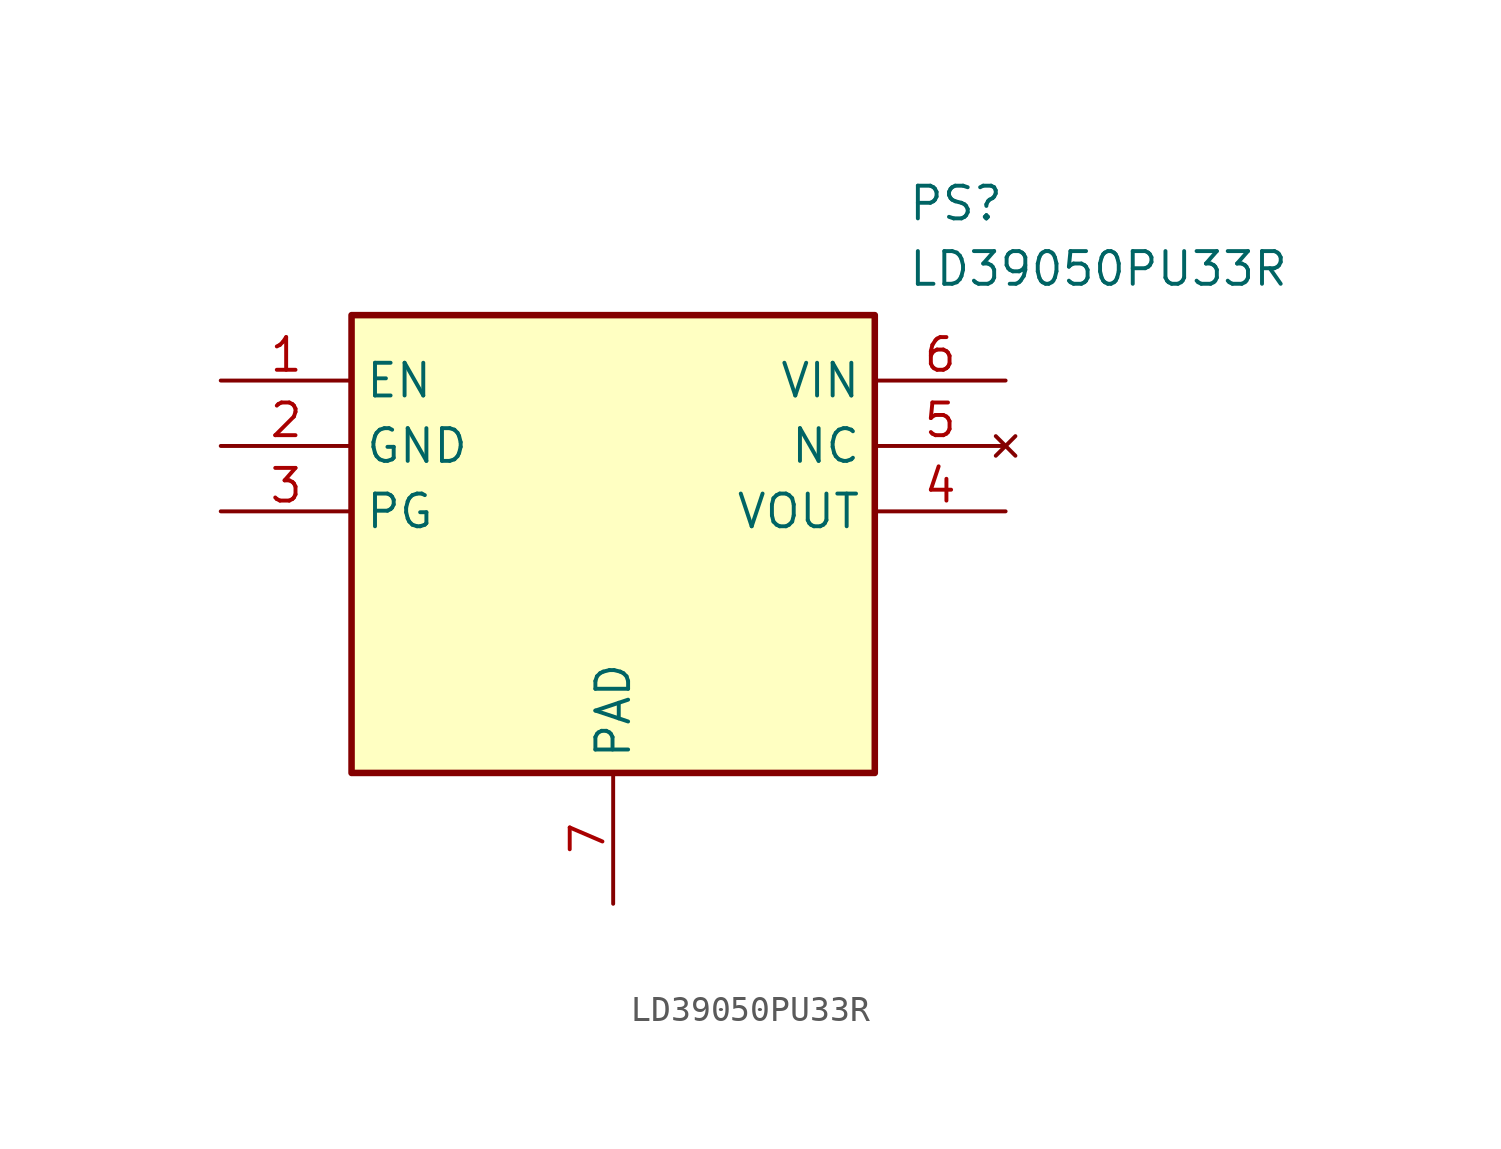
<source format=kicad_sym>
(kicad_symbol_lib
  (version 20241209)
  (generator "kicad_symbol_editor")
  (generator_version "9.0")
  (symbol "LD39050PU33R"
    (property "Reference" "PS"
      (at 26.67 7.62 0)
      (effects (font (size 1.27 1.27)) (justify left top)))
    (property "Value" "LD39050PU33R"
      (at 26.67 5.08 0)
      (effects (font (size 1.27 1.27)) (justify left top)))
    (symbol "LD39050PU33R_1_1"
      (rectangle (start 5.08 2.54) (end 25.4 -15.24) (stroke (width 0.254) (type default)) (fill (type background)))
      (pin input line (at 0 0 0) (length 5.08) (name "EN" (effects (font (size 1.27 1.27)))) (number "1" (effects (font (size 1.27 1.27)))))
      (pin power_in line (at 0 -2.54 0) (length 5.08) (name "GND" (effects (font (size 1.27 1.27)))) (number "2" (effects (font (size 1.27 1.27)))))
      (pin output line (at 0 -5.08 0) (length 5.08) (name "PG" (effects (font (size 1.27 1.27)))) (number "3" (effects (font (size 1.27 1.27)))))
      (pin power_in line (at 15.24 -20.32 90) (length 5.08) (name "PAD" (effects (font (size 1.27 1.27)))) (number "7" (effects (font (size 1.27 1.27)))))
      (pin power_in line (at 30.48 0 180) (length 5.08) (name "VIN" (effects (font (size 1.27 1.27)))) (number "6" (effects (font (size 1.27 1.27)))))
      (pin no_connect line (at 30.48 -2.54 180) (length 5.08) (name "NC" (effects (font (size 1.27 1.27)))) (number "5" (effects (font (size 1.27 1.27)))))
      (pin output line (at 30.48 -5.08 180) (length 5.08) (name "VOUT" (effects (font (size 1.27 1.27)))) (number "4" (effects (font (size 1.27 1.27))))))))
</source>
